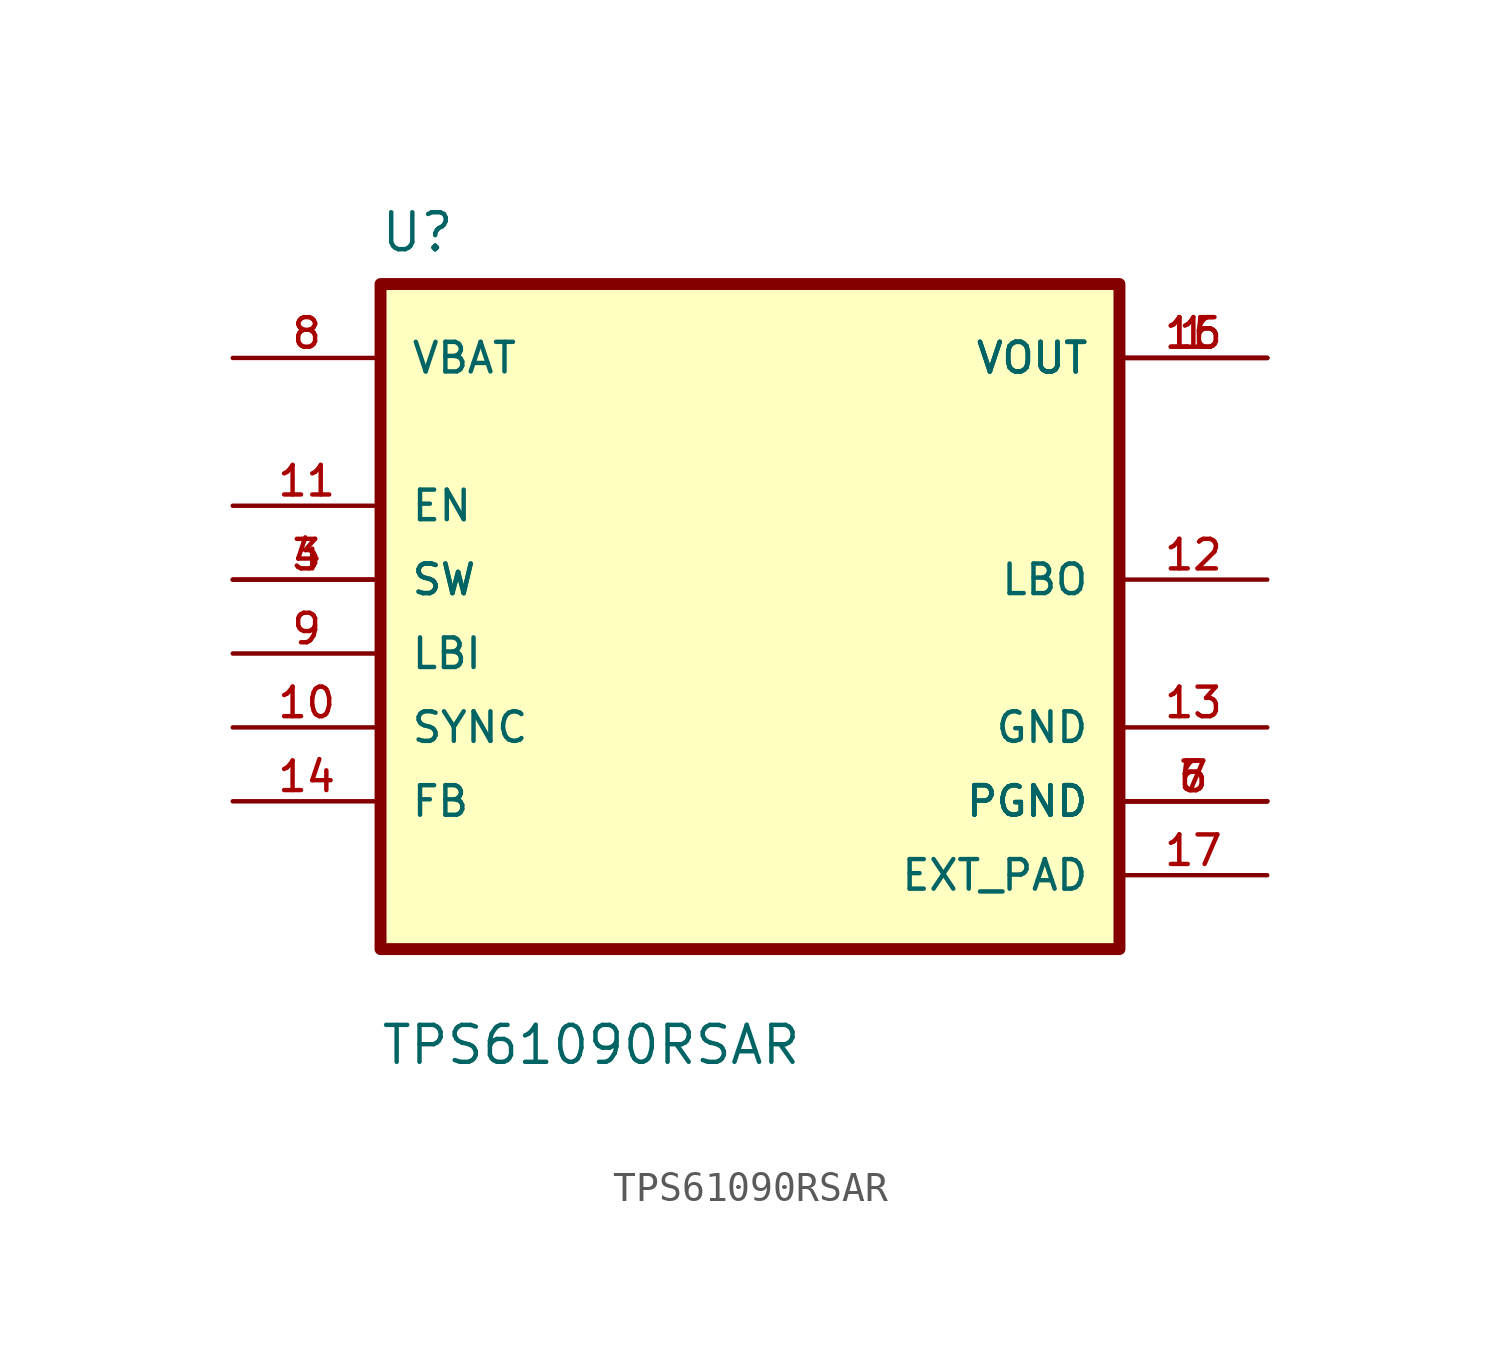
<source format=kicad_sym>
(kicad_symbol_lib
  (version 20211014)
  (generator kicad_symbol_editor)
  (symbol "TPS61090RSAR"
    (pin_names
      (offset 1.016))
    (property "Reference" "U"
      (at -12.736 11.195 0.0)
      (effects (font (size 1.27 1.27)) (justify bottom left)))
    (property "Value" "TPS61090RSAR"
      (at -12.73 -16.738 0.0)
      (effects (font (size 1.27 1.27)) (justify bottom left)))
    (symbol "TPS61090RSAR_0_0"
      (rectangle (start -12.7 -12.7) (end 12.7 10.16) (stroke (width 0.41)) (fill (type background)))
      (pin input line (at -17.78 2.54 0) (length 5.08) (name "EN" (effects (font (size 1.016 1.016)))) (number "11" (effects (font (size 1.016 1.016)))))
      (pin input line (at -17.78 -7.62 0) (length 5.08) (name "FB" (effects (font (size 1.016 1.016)))) (number "14" (effects (font (size 1.016 1.016)))))
      (pin input line (at -17.78 -2.54 0) (length 5.08) (name "LBI" (effects (font (size 1.016 1.016)))) (number "9" (effects (font (size 1.016 1.016)))))
      (pin input line (at -17.78 0.0 0) (length 5.08) (name "SW" (effects (font (size 1.016 1.016)))) (number "3" (effects (font (size 1.016 1.016)))))
      (pin input line (at -17.78 0.0 0) (length 5.08) (name "SW" (effects (font (size 1.016 1.016)))) (number "4" (effects (font (size 1.016 1.016)))))
      (pin input line (at -17.78 -5.08 0) (length 5.08) (name "SYNC" (effects (font (size 1.016 1.016)))) (number "10" (effects (font (size 1.016 1.016)))))
      (pin power_in line (at 17.78 -5.08 180.0) (length 5.08) (name "GND" (effects (font (size 1.016 1.016)))) (number "13" (effects (font (size 1.016 1.016)))))
      (pin power_in line (at 17.78 -7.62 180.0) (length 5.08) (name "PGND" (effects (font (size 1.016 1.016)))) (number "5" (effects (font (size 1.016 1.016)))))
      (pin power_in line (at 17.78 -7.62 180.0) (length 5.08) (name "PGND" (effects (font (size 1.016 1.016)))) (number "6" (effects (font (size 1.016 1.016)))))
      (pin power_in line (at 17.78 -7.62 180.0) (length 5.08) (name "PGND" (effects (font (size 1.016 1.016)))) (number "7" (effects (font (size 1.016 1.016)))))
      (pin power_in line (at 17.78 -10.16 180.0) (length 5.08) (name "EXT_PAD" (effects (font (size 1.016 1.016)))) (number "17" (effects (font (size 1.016 1.016)))))
      (pin input line (at -17.78 7.62 0) (length 5.08) (name "VBAT" (effects (font (size 1.016 1.016)))) (number "8" (effects (font (size 1.016 1.016)))))
      (pin output line (at 17.78 7.62 180.0) (length 5.08) (name "VOUT" (effects (font (size 1.016 1.016)))) (number "1" (effects (font (size 1.016 1.016)))))
      (pin output line (at 17.78 7.62 180.0) (length 5.08) (name "VOUT" (effects (font (size 1.016 1.016)))) (number "15" (effects (font (size 1.016 1.016)))))
      (pin output line (at 17.78 7.62 180.0) (length 5.08) (name "VOUT" (effects (font (size 1.016 1.016)))) (number "16" (effects (font (size 1.016 1.016)))))
      (pin output line (at 17.78 0.0 180.0) (length 5.08) (name "LBO" (effects (font (size 1.016 1.016)))) (number "12" (effects (font (size 1.016 1.016))))))))
</source>
